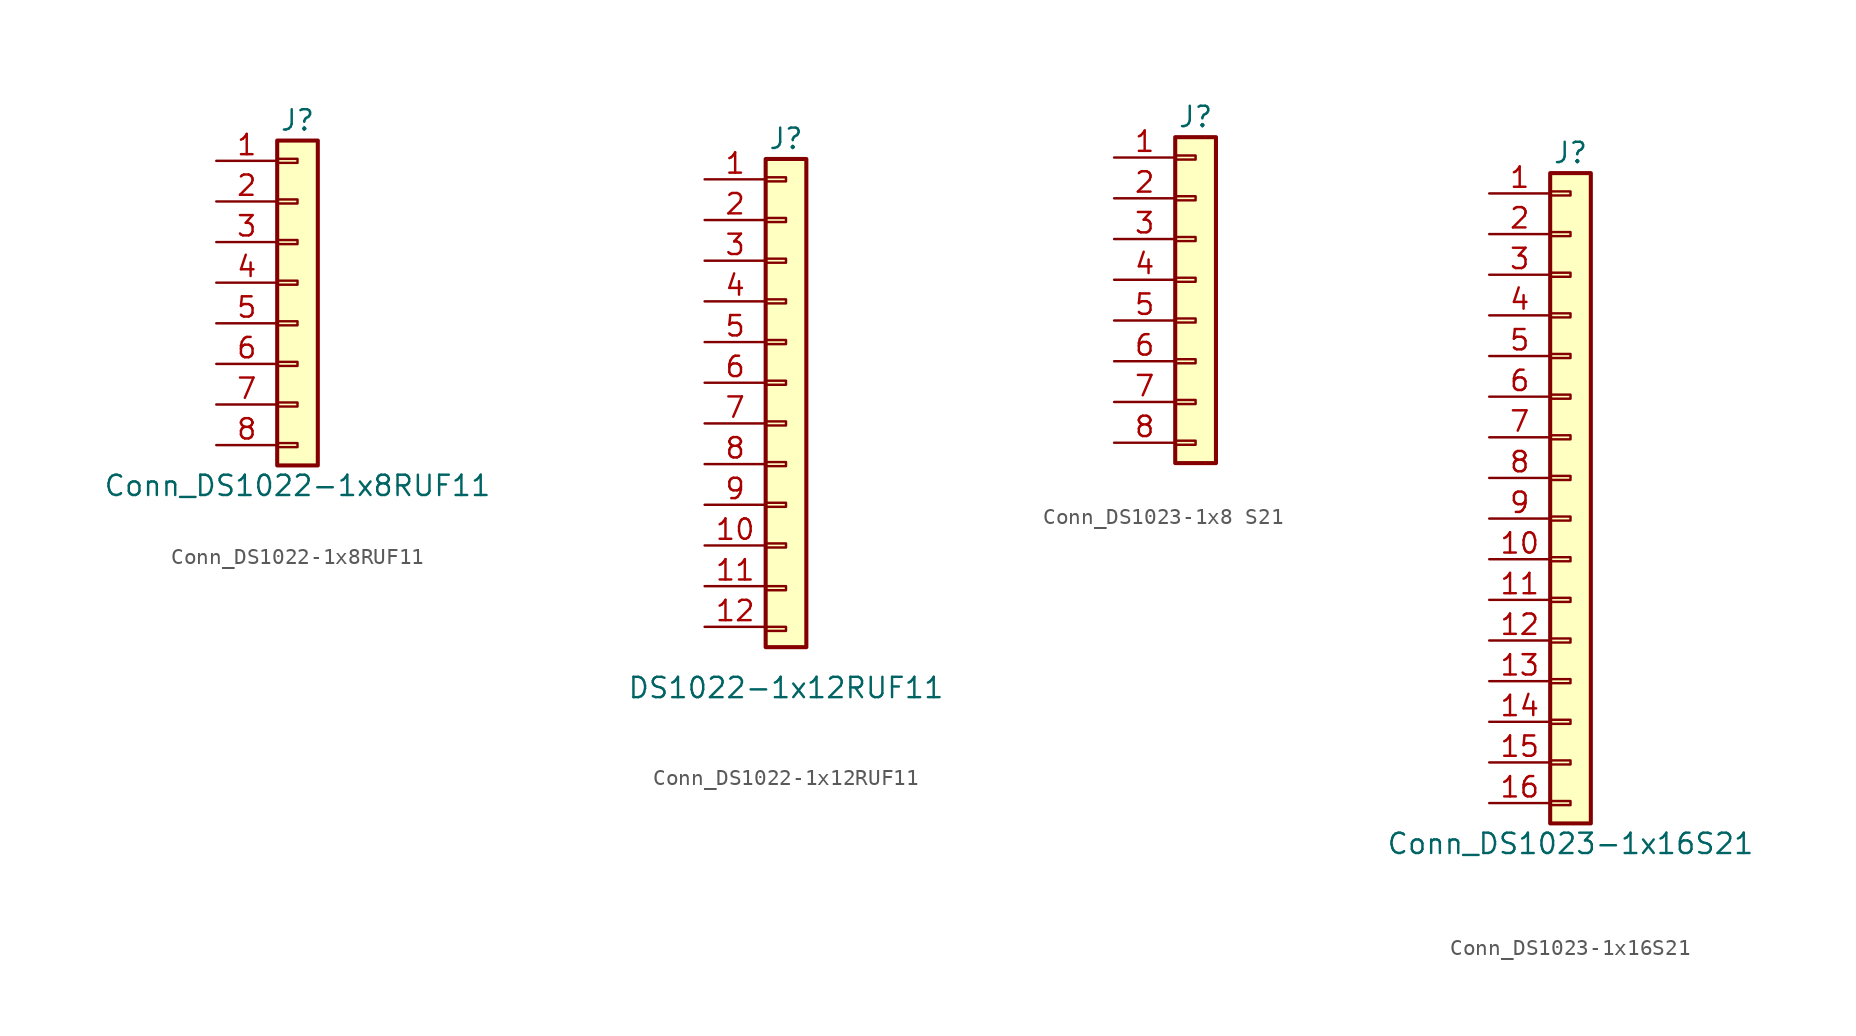
<source format=kicad_sym>
(kicad_symbol_lib
  (version 20220914)
  (generator kicad_symbol_editor)
  (symbol "Conn_DS1022-1x8RUF11"
    (pin_names
      (offset 1.016) hide)
    (property "Reference" "J"
      (at 0 10.16 0)
      (effects (font (size 1.27 1.27))))
    (property "Value" "Conn_DS1022-1x8RUF11"
      (at 0 -12.7 0)
      (effects (font (size 1.27 1.27))))
    (symbol "Conn_DS1022-1x8RUF11_1_1"
      (rectangle (start -1.27 -10.033) (end 0 -10.287) (stroke (width 0.152) (type default)) (fill (type none)))
      (rectangle (start -1.27 -7.493) (end 0 -7.747) (stroke (width 0.152) (type default)) (fill (type none)))
      (rectangle (start -1.27 -4.953) (end 0 -5.207) (stroke (width 0.152) (type default)) (fill (type none)))
      (rectangle (start -1.27 -2.413) (end 0 -2.667) (stroke (width 0.152) (type default)) (fill (type none)))
      (rectangle (start -1.27 0.127) (end 0 -0.127) (stroke (width 0.152) (type default)) (fill (type none)))
      (rectangle (start -1.27 2.667) (end 0 2.413) (stroke (width 0.152) (type default)) (fill (type none)))
      (rectangle (start -1.27 5.207) (end 0 4.953) (stroke (width 0.152) (type default)) (fill (type none)))
      (rectangle (start -1.27 7.747) (end 0 7.493) (stroke (width 0.152) (type default)) (fill (type none)))
      (rectangle (start -1.27 8.89) (end 1.27 -11.43) (stroke (width 0.254) (type default)) (fill (type background)))
      (pin passive line (at -5.08 7.62 0) (length 3.81) (name "Pin_1" (effects (font (size 1.27 1.27)))) (number "1" (effects (font (size 1.27 1.27)))))
      (pin passive line (at -5.08 5.08 0) (length 3.81) (name "Pin_2" (effects (font (size 1.27 1.27)))) (number "2" (effects (font (size 1.27 1.27)))))
      (pin passive line (at -5.08 2.54 0) (length 3.81) (name "Pin_3" (effects (font (size 1.27 1.27)))) (number "3" (effects (font (size 1.27 1.27)))))
      (pin passive line (at -5.08 0 0) (length 3.81) (name "Pin_4" (effects (font (size 1.27 1.27)))) (number "4" (effects (font (size 1.27 1.27)))))
      (pin passive line (at -5.08 -2.54 0) (length 3.81) (name "Pin_5" (effects (font (size 1.27 1.27)))) (number "5" (effects (font (size 1.27 1.27)))))
      (pin passive line (at -5.08 -5.08 0) (length 3.81) (name "Pin_6" (effects (font (size 1.27 1.27)))) (number "6" (effects (font (size 1.27 1.27)))))
      (pin passive line (at -5.08 -7.62 0) (length 3.81) (name "Pin_7" (effects (font (size 1.27 1.27)))) (number "7" (effects (font (size 1.27 1.27)))))
      (pin passive line (at -5.08 -10.16 0) (length 3.81) (name "Pin_8" (effects (font (size 1.27 1.27)))) (number "8" (effects (font (size 1.27 1.27)))))))
  (symbol "Conn_DS1022-1x12RUF11"
    (pin_names
      (offset 1.016) hide)
    (property "Reference" "J"
      (at 0 12.7 0)
      (effects (font (size 1.27 1.27))))
    (property "Value" "DS1022-1x12RUF11"
      (at 0 -21.59 0)
      (effects (font (size 1.27 1.27))))
    (symbol "Conn_DS1022-1x12RUF11_1_1"
      (rectangle (start -1.27 -17.78) (end 0 -18.034) (stroke (width 0.152) (type default)) (fill (type none)))
      (rectangle (start -1.27 -15.24) (end 0 -15.494) (stroke (width 0.152) (type default)) (fill (type none)))
      (rectangle (start -1.27 -12.573) (end 0 -12.827) (stroke (width 0.152) (type default)) (fill (type none)))
      (rectangle (start -1.27 -10.033) (end 0 -10.287) (stroke (width 0.152) (type default)) (fill (type none)))
      (rectangle (start -1.27 -7.493) (end 0 -7.747) (stroke (width 0.152) (type default)) (fill (type none)))
      (rectangle (start -1.27 -4.953) (end 0 -5.207) (stroke (width 0.152) (type default)) (fill (type none)))
      (rectangle (start -1.27 -2.413) (end 0 -2.667) (stroke (width 0.152) (type default)) (fill (type none)))
      (rectangle (start -1.27 0.127) (end 0 -0.127) (stroke (width 0.152) (type default)) (fill (type none)))
      (rectangle (start -1.27 2.667) (end 0 2.413) (stroke (width 0.152) (type default)) (fill (type none)))
      (rectangle (start -1.27 5.207) (end 0 4.953) (stroke (width 0.152) (type default)) (fill (type none)))
      (rectangle (start -1.27 7.747) (end 0 7.493) (stroke (width 0.152) (type default)) (fill (type none)))
      (rectangle (start -1.27 10.287) (end 0 10.033) (stroke (width 0.152) (type default)) (fill (type none)))
      (rectangle (start -1.27 11.43) (end 1.27 -19.05) (stroke (width 0.254) (type default)) (fill (type background)))
      (pin passive line (at -5.08 10.16 0) (length 3.81) (name "Pin_1" (effects (font (size 1.27 1.27)))) (number "1" (effects (font (size 1.27 1.27)))))
      (pin passive line (at -5.08 -12.7 0) (length 3.81) (name "Pin_10" (effects (font (size 1.27 1.27)))) (number "10" (effects (font (size 1.27 1.27)))))
      (pin passive line (at -5.08 -15.24 0) (length 3.81) (name "Pin_11" (effects (font (size 1.27 1.27)))) (number "11" (effects (font (size 1.27 1.27)))))
      (pin passive line (at -5.08 -17.78 0) (length 3.81) (name "Pin_12" (effects (font (size 1.27 1.27)))) (number "12" (effects (font (size 1.27 1.27)))))
      (pin passive line (at -5.08 7.62 0) (length 3.81) (name "Pin_2" (effects (font (size 1.27 1.27)))) (number "2" (effects (font (size 1.27 1.27)))))
      (pin passive line (at -5.08 5.08 0) (length 3.81) (name "Pin_3" (effects (font (size 1.27 1.27)))) (number "3" (effects (font (size 1.27 1.27)))))
      (pin passive line (at -5.08 2.54 0) (length 3.81) (name "Pin_4" (effects (font (size 1.27 1.27)))) (number "4" (effects (font (size 1.27 1.27)))))
      (pin passive line (at -5.08 0 0) (length 3.81) (name "Pin_5" (effects (font (size 1.27 1.27)))) (number "5" (effects (font (size 1.27 1.27)))))
      (pin passive line (at -5.08 -2.54 0) (length 3.81) (name "Pin_6" (effects (font (size 1.27 1.27)))) (number "6" (effects (font (size 1.27 1.27)))))
      (pin passive line (at -5.08 -5.08 0) (length 3.81) (name "Pin_7" (effects (font (size 1.27 1.27)))) (number "7" (effects (font (size 1.27 1.27)))))
      (pin passive line (at -5.08 -7.62 0) (length 3.81) (name "Pin_8" (effects (font (size 1.27 1.27)))) (number "8" (effects (font (size 1.27 1.27)))))
      (pin passive line (at -5.08 -10.16 0) (length 3.81) (name "Pin_9" (effects (font (size 1.27 1.27)))) (number "9" (effects (font (size 1.27 1.27)))))))
  (symbol "Conn_DS1023-1x8 S21"
    (pin_names
      (offset 1.016) hide)
    (property "Reference" "J"
      (at 0 10.16 0)
      (effects (font (size 1.27 1.27))))
    (symbol "Conn_DS1023-1x8 S21_1_1"
      (rectangle (start -1.27 -10.033) (end 0 -10.287) (stroke (width 0.152) (type default)) (fill (type none)))
      (rectangle (start -1.27 -7.493) (end 0 -7.747) (stroke (width 0.152) (type default)) (fill (type none)))
      (rectangle (start -1.27 -4.953) (end 0 -5.207) (stroke (width 0.152) (type default)) (fill (type none)))
      (rectangle (start -1.27 -2.413) (end 0 -2.667) (stroke (width 0.152) (type default)) (fill (type none)))
      (rectangle (start -1.27 0.127) (end 0 -0.127) (stroke (width 0.152) (type default)) (fill (type none)))
      (rectangle (start -1.27 2.667) (end 0 2.413) (stroke (width 0.152) (type default)) (fill (type none)))
      (rectangle (start -1.27 5.207) (end 0 4.953) (stroke (width 0.152) (type default)) (fill (type none)))
      (rectangle (start -1.27 7.747) (end 0 7.493) (stroke (width 0.152) (type default)) (fill (type none)))
      (rectangle (start -1.27 8.89) (end 1.27 -11.43) (stroke (width 0.254) (type default)) (fill (type background)))
      (pin passive line (at -5.08 7.62 0) (length 3.81) (name "Pin_1" (effects (font (size 1.27 1.27)))) (number "1" (effects (font (size 1.27 1.27)))))
      (pin passive line (at -5.08 5.08 0) (length 3.81) (name "Pin_2" (effects (font (size 1.27 1.27)))) (number "2" (effects (font (size 1.27 1.27)))))
      (pin passive line (at -5.08 2.54 0) (length 3.81) (name "Pin_3" (effects (font (size 1.27 1.27)))) (number "3" (effects (font (size 1.27 1.27)))))
      (pin passive line (at -5.08 0 0) (length 3.81) (name "Pin_4" (effects (font (size 1.27 1.27)))) (number "4" (effects (font (size 1.27 1.27)))))
      (pin passive line (at -5.08 -2.54 0) (length 3.81) (name "Pin_5" (effects (font (size 1.27 1.27)))) (number "5" (effects (font (size 1.27 1.27)))))
      (pin passive line (at -5.08 -5.08 0) (length 3.81) (name "Pin_6" (effects (font (size 1.27 1.27)))) (number "6" (effects (font (size 1.27 1.27)))))
      (pin passive line (at -5.08 -7.62 0) (length 3.81) (name "Pin_7" (effects (font (size 1.27 1.27)))) (number "7" (effects (font (size 1.27 1.27)))))
      (pin passive line (at -5.08 -10.16 0) (length 3.81) (name "Pin_8" (effects (font (size 1.27 1.27)))) (number "8" (effects (font (size 1.27 1.27)))))))
  (symbol "Conn_DS1023-1x16S21"
    (pin_names
      (offset 1.016) hide)
    (property "Reference" "J"
      (at 0 20.32 0)
      (effects (font (size 1.27 1.27))))
    (property "Value" "Conn_DS1023-1x16S21"
      (at 0 -22.86 0)
      (effects (font (size 1.27 1.27))))
    (symbol "Conn_DS1023-1x16S21_1_1"
      (rectangle (start -1.27 -20.193) (end 0 -20.447) (stroke (width 0.152) (type default)) (fill (type none)))
      (rectangle (start -1.27 -17.653) (end 0 -17.907) (stroke (width 0.152) (type default)) (fill (type none)))
      (rectangle (start -1.27 -15.113) (end 0 -15.367) (stroke (width 0.152) (type default)) (fill (type none)))
      (rectangle (start -1.27 -12.573) (end 0 -12.827) (stroke (width 0.152) (type default)) (fill (type none)))
      (rectangle (start -1.27 -10.033) (end 0 -10.287) (stroke (width 0.152) (type default)) (fill (type none)))
      (rectangle (start -1.27 -7.493) (end 0 -7.747) (stroke (width 0.152) (type default)) (fill (type none)))
      (rectangle (start -1.27 -4.953) (end 0 -5.207) (stroke (width 0.152) (type default)) (fill (type none)))
      (rectangle (start -1.27 -2.413) (end 0 -2.667) (stroke (width 0.152) (type default)) (fill (type none)))
      (rectangle (start -1.27 0.127) (end 0 -0.127) (stroke (width 0.152) (type default)) (fill (type none)))
      (rectangle (start -1.27 2.667) (end 0 2.413) (stroke (width 0.152) (type default)) (fill (type none)))
      (rectangle (start -1.27 5.207) (end 0 4.953) (stroke (width 0.152) (type default)) (fill (type none)))
      (rectangle (start -1.27 7.747) (end 0 7.493) (stroke (width 0.152) (type default)) (fill (type none)))
      (rectangle (start -1.27 10.287) (end 0 10.033) (stroke (width 0.152) (type default)) (fill (type none)))
      (rectangle (start -1.27 12.827) (end 0 12.573) (stroke (width 0.152) (type default)) (fill (type none)))
      (rectangle (start -1.27 15.367) (end 0 15.113) (stroke (width 0.152) (type default)) (fill (type none)))
      (rectangle (start -1.27 17.907) (end 0 17.653) (stroke (width 0.152) (type default)) (fill (type none)))
      (rectangle (start -1.27 19.05) (end 1.27 -21.59) (stroke (width 0.254) (type default)) (fill (type background)))
      (pin passive line (at -5.08 17.78 0) (length 3.81) (name "Pin_1" (effects (font (size 1.27 1.27)))) (number "1" (effects (font (size 1.27 1.27)))))
      (pin passive line (at -5.08 -5.08 0) (length 3.81) (name "Pin_10" (effects (font (size 1.27 1.27)))) (number "10" (effects (font (size 1.27 1.27)))))
      (pin passive line (at -5.08 -7.62 0) (length 3.81) (name "Pin_11" (effects (font (size 1.27 1.27)))) (number "11" (effects (font (size 1.27 1.27)))))
      (pin passive line (at -5.08 -10.16 0) (length 3.81) (name "Pin_12" (effects (font (size 1.27 1.27)))) (number "12" (effects (font (size 1.27 1.27)))))
      (pin passive line (at -5.08 -12.7 0) (length 3.81) (name "Pin_13" (effects (font (size 1.27 1.27)))) (number "13" (effects (font (size 1.27 1.27)))))
      (pin passive line (at -5.08 -15.24 0) (length 3.81) (name "Pin_14" (effects (font (size 1.27 1.27)))) (number "14" (effects (font (size 1.27 1.27)))))
      (pin passive line (at -5.08 -17.78 0) (length 3.81) (name "Pin_15" (effects (font (size 1.27 1.27)))) (number "15" (effects (font (size 1.27 1.27)))))
      (pin passive line (at -5.08 -20.32 0) (length 3.81) (name "Pin_16" (effects (font (size 1.27 1.27)))) (number "16" (effects (font (size 1.27 1.27)))))
      (pin passive line (at -5.08 15.24 0) (length 3.81) (name "Pin_2" (effects (font (size 1.27 1.27)))) (number "2" (effects (font (size 1.27 1.27)))))
      (pin passive line (at -5.08 12.7 0) (length 3.81) (name "Pin_3" (effects (font (size 1.27 1.27)))) (number "3" (effects (font (size 1.27 1.27)))))
      (pin passive line (at -5.08 10.16 0) (length 3.81) (name "Pin_4" (effects (font (size 1.27 1.27)))) (number "4" (effects (font (size 1.27 1.27)))))
      (pin passive line (at -5.08 7.62 0) (length 3.81) (name "Pin_5" (effects (font (size 1.27 1.27)))) (number "5" (effects (font (size 1.27 1.27)))))
      (pin passive line (at -5.08 5.08 0) (length 3.81) (name "Pin_6" (effects (font (size 1.27 1.27)))) (number "6" (effects (font (size 1.27 1.27)))))
      (pin passive line (at -5.08 2.54 0) (length 3.81) (name "Pin_7" (effects (font (size 1.27 1.27)))) (number "7" (effects (font (size 1.27 1.27)))))
      (pin passive line (at -5.08 0 0) (length 3.81) (name "Pin_8" (effects (font (size 1.27 1.27)))) (number "8" (effects (font (size 1.27 1.27)))))
      (pin passive line (at -5.08 -2.54 0) (length 3.81) (name "Pin_9" (effects (font (size 1.27 1.27)))) (number "9" (effects (font (size 1.27 1.27))))))))
</source>
